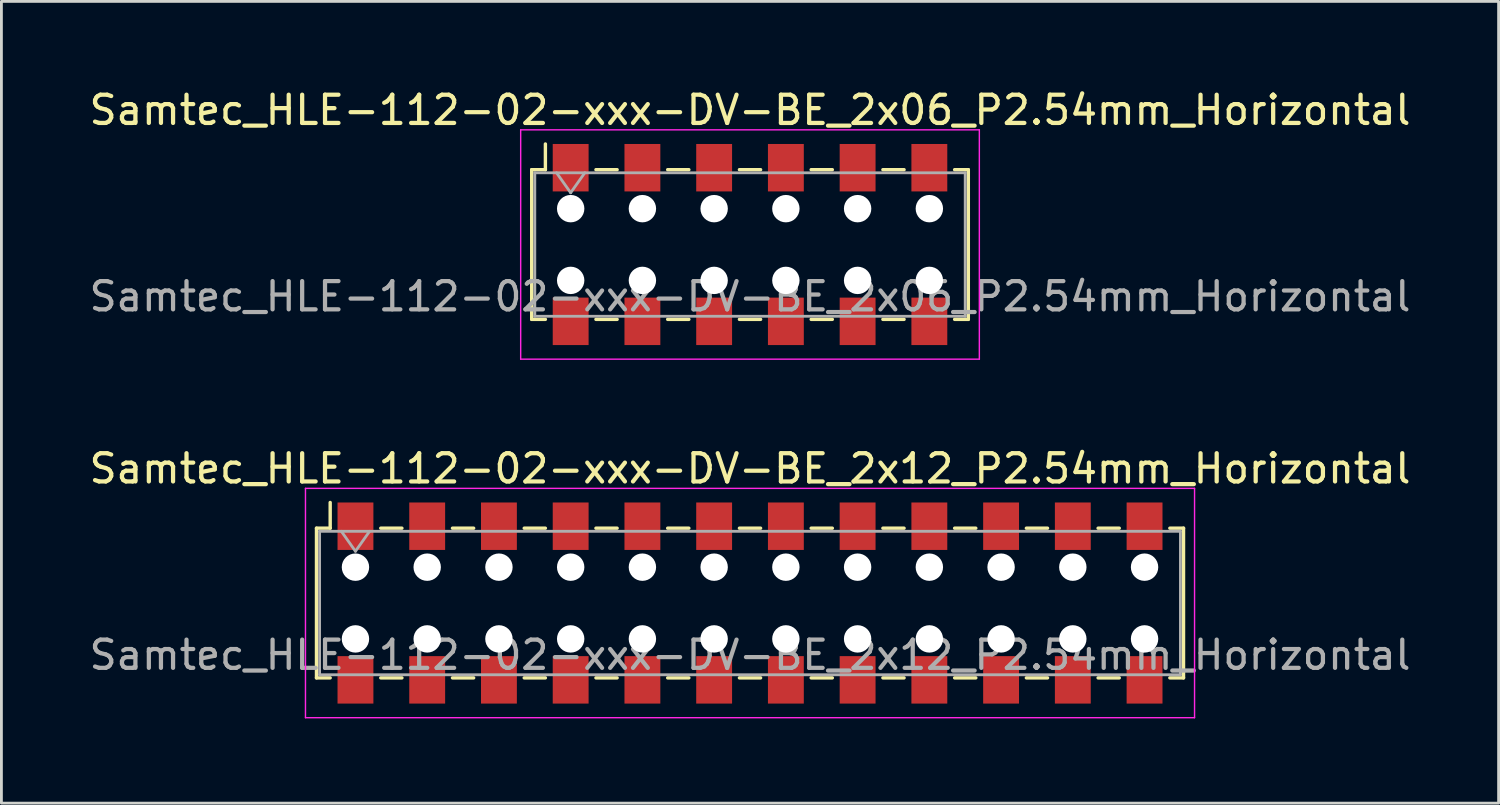
<source format=kicad_pcb>
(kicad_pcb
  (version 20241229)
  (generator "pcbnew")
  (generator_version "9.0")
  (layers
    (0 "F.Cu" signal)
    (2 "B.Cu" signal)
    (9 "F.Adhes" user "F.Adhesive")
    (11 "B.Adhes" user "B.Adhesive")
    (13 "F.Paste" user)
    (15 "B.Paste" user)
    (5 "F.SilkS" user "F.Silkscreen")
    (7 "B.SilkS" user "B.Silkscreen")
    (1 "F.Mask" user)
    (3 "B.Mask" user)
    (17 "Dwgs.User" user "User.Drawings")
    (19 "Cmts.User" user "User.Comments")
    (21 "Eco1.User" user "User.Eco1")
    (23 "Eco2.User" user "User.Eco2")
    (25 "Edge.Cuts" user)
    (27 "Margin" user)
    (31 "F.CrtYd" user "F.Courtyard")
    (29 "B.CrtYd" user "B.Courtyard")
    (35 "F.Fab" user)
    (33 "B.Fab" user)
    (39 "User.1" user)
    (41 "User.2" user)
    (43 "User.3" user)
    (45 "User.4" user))
  (footprint "Samtec_HLE-112-02-xxx-DV-BE_2x06_P2.54mm_Horizontal"
    (layer "F.Cu")
    (at 23.506 5.608)
    (property "Reference" "Samtec_HLE-112-02-xxx-DV-BE_2x06_P2.54mm_Horizontal" (at 0 -4.76 0) (layer "F.SilkS") (effects (font (size 1 1) (thickness 0.15))))
    (attr smd)
    (fp_line (start -7.73 -2.65) (end -7.73 2.65) (stroke (width 0.12) (type solid)) (layer "F.SilkS"))
    (fp_line (start -7.73 2.65) (end -7.245 2.65) (stroke (width 0.12) (type solid)) (layer "F.SilkS"))
    (fp_line (start -7.245 -3.56) (end -7.245 -2.65) (stroke (width 0.12) (type solid)) (layer "F.SilkS"))
    (fp_line (start -7.245 -2.65) (end -7.73 -2.65) (stroke (width 0.12) (type solid)) (layer "F.SilkS"))
    (fp_line (start -5.455 -2.65) (end -4.705 -2.65) (stroke (width 0.12) (type solid)) (layer "F.SilkS"))
    (fp_line (start -5.455 2.65) (end -4.705 2.65) (stroke (width 0.12) (type solid)) (layer "F.SilkS"))
    (fp_line (start -2.915 -2.65) (end -2.165 -2.65) (stroke (width 0.12) (type solid)) (layer "F.SilkS"))
    (fp_line (start -2.915 2.65) (end -2.165 2.65) (stroke (width 0.12) (type solid)) (layer "F.SilkS"))
    (fp_line (start -0.375 -2.65) (end 0.375 -2.65) (stroke (width 0.12) (type solid)) (layer "F.SilkS"))
    (fp_line (start -0.375 2.65) (end 0.375 2.65) (stroke (width 0.12) (type solid)) (layer "F.SilkS"))
    (fp_line (start 2.165 -2.65) (end 2.915 -2.65) (stroke (width 0.12) (type solid)) (layer "F.SilkS"))
    (fp_line (start 2.165 2.65) (end 2.915 2.65) (stroke (width 0.12) (type solid)) (layer "F.SilkS"))
    (fp_line (start 4.705 -2.65) (end 5.455 -2.65) (stroke (width 0.12) (type solid)) (layer "F.SilkS"))
    (fp_line (start 4.705 2.65) (end 5.455 2.65) (stroke (width 0.12) (type solid)) (layer "F.SilkS"))
    (fp_line (start 7.245 -2.65) (end 7.73 -2.65) (stroke (width 0.12) (type solid)) (layer "F.SilkS"))
    (fp_line (start 7.73 -2.65) (end 7.73 2.65) (stroke (width 0.12) (type solid)) (layer "F.SilkS"))
    (fp_line (start 7.73 2.65) (end 7.245 2.65) (stroke (width 0.12) (type solid)) (layer "F.SilkS"))
    (fp_line (start -8.12 -4.06) (end 8.12 -4.06) (stroke (width 0.05) (type solid)) (layer "F.CrtYd"))
    (fp_line (start -8.12 4.06) (end -8.12 -4.06) (stroke (width 0.05) (type solid)) (layer "F.CrtYd"))
    (fp_line (start 8.12 -4.06) (end 8.12 4.06) (stroke (width 0.05) (type solid)) (layer "F.CrtYd"))
    (fp_line (start 8.12 4.06) (end -8.12 4.06) (stroke (width 0.05) (type solid)) (layer "F.CrtYd"))
    (fp_line (start -7.62 -2.54) (end 7.62 -2.54) (stroke (width 0.1) (type solid)) (layer "F.Fab"))
    (fp_line (start -7.62 2.54) (end -7.62 -2.54) (stroke (width 0.1) (type solid)) (layer "F.Fab"))
    (fp_line (start -6.85 -2.54) (end -6.35 -1.833) (stroke (width 0.1) (type solid)) (layer "F.Fab"))
    (fp_line (start -6.35 -1.833) (end -5.85 -2.54) (stroke (width 0.1) (type solid)) (layer "F.Fab"))
    (fp_line (start 7.62 -2.54) (end 7.62 2.54) (stroke (width 0.1) (type solid)) (layer "F.Fab"))
    (fp_line (start 7.62 2.54) (end -7.62 2.54) (stroke (width 0.1) (type solid)) (layer "F.Fab"))
    (fp_text user "${REFERENCE}" (at 0 1.84 0) (layer "F.Fab") (effects (font (size 1 1) (thickness 0.15))))
    (pad "" np_thru_hole circle (at -6.35 -1.27) (size 0.97 0.97) (drill 0.97) (layers "*.Cu" "*.Mask"))
    (pad "" np_thru_hole circle (at -6.35 1.27) (size 0.97 0.97) (drill 0.97) (layers "*.Cu" "*.Mask"))
    (pad "" np_thru_hole circle (at -3.81 -1.27) (size 0.97 0.97) (drill 0.97) (layers "*.Cu" "*.Mask"))
    (pad "" np_thru_hole circle (at -3.81 1.27) (size 0.97 0.97) (drill 0.97) (layers "*.Cu" "*.Mask"))
    (pad "" np_thru_hole circle (at -1.27 -1.27) (size 0.97 0.97) (drill 0.97) (layers "*.Cu" "*.Mask"))
    (pad "" np_thru_hole circle (at -1.27 1.27) (size 0.97 0.97) (drill 0.97) (layers "*.Cu" "*.Mask"))
    (pad "" np_thru_hole circle (at 1.27 -1.27) (size 0.97 0.97) (drill 0.97) (layers "*.Cu" "*.Mask"))
    (pad "" np_thru_hole circle (at 1.27 1.27) (size 0.97 0.97) (drill 0.97) (layers "*.Cu" "*.Mask"))
    (pad "" np_thru_hole circle (at 3.81 -1.27) (size 0.97 0.97) (drill 0.97) (layers "*.Cu" "*.Mask"))
    (pad "" np_thru_hole circle (at 3.81 1.27) (size 0.97 0.97) (drill 0.97) (layers "*.Cu" "*.Mask"))
    (pad "" np_thru_hole circle (at 6.35 -1.27) (size 0.97 0.97) (drill 0.97) (layers "*.Cu" "*.Mask"))
    (pad "" np_thru_hole circle (at 6.35 1.27) (size 0.97 0.97) (drill 0.97) (layers "*.Cu" "*.Mask"))
    (pad "1" smd rect (at -6.35 -2.72) (size 1.27 1.68) (layers "F.Cu" "F.Mask" "F.Paste"))
    (pad "2" smd rect (at -6.35 2.72) (size 1.27 1.68) (layers "F.Cu" "F.Mask" "F.Paste"))
    (pad "3" smd rect (at -3.81 -2.72) (size 1.27 1.68) (layers "F.Cu" "F.Mask" "F.Paste"))
    (pad "4" smd rect (at -3.81 2.72) (size 1.27 1.68) (layers "F.Cu" "F.Mask" "F.Paste"))
    (pad "5" smd rect (at -1.27 -2.72) (size 1.27 1.68) (layers "F.Cu" "F.Mask" "F.Paste"))
    (pad "6" smd rect (at -1.27 2.72) (size 1.27 1.68) (layers "F.Cu" "F.Mask" "F.Paste"))
    (pad "7" smd rect (at 1.27 -2.72) (size 1.27 1.68) (layers "F.Cu" "F.Mask" "F.Paste"))
    (pad "8" smd rect (at 1.27 2.72) (size 1.27 1.68) (layers "F.Cu" "F.Mask" "F.Paste"))
    (pad "9" smd rect (at 3.81 -2.72) (size 1.27 1.68) (layers "F.Cu" "F.Mask" "F.Paste"))
    (pad "10" smd rect (at 3.81 2.72) (size 1.27 1.68) (layers "F.Cu" "F.Mask" "F.Paste"))
    (pad "11" smd rect (at 6.35 -2.72) (size 1.27 1.68) (layers "F.Cu" "F.Mask" "F.Paste"))
    (pad "12" smd rect (at 6.35 2.72) (size 1.27 1.68) (layers "F.Cu" "F.Mask" "F.Paste")))
  (footprint "Samtec_HLE-112-02-xxx-DV-BE_2x12_P2.54mm_Horizontal"
    (layer "F.Cu")
    (at 23.506 18.302)
    (property "Reference" "Samtec_HLE-112-02-xxx-DV-BE_2x12_P2.54mm_Horizontal" (at 0 -4.76 0) (layer "F.SilkS") (effects (font (size 1 1) (thickness 0.15))))
    (attr smd)
    (fp_line (start -15.35 -2.65) (end -15.35 2.65) (stroke (width 0.12) (type solid)) (layer "F.SilkS"))
    (fp_line (start -15.35 2.65) (end -14.865 2.65) (stroke (width 0.12) (type solid)) (layer "F.SilkS"))
    (fp_line (start -14.865 -3.56) (end -14.865 -2.65) (stroke (width 0.12) (type solid)) (layer "F.SilkS"))
    (fp_line (start -14.865 -2.65) (end -15.35 -2.65) (stroke (width 0.12) (type solid)) (layer "F.SilkS"))
    (fp_line (start -13.075 -2.65) (end -12.325 -2.65) (stroke (width 0.12) (type solid)) (layer "F.SilkS"))
    (fp_line (start -13.075 2.65) (end -12.325 2.65) (stroke (width 0.12) (type solid)) (layer "F.SilkS"))
    (fp_line (start -10.535 -2.65) (end -9.785 -2.65) (stroke (width 0.12) (type solid)) (layer "F.SilkS"))
    (fp_line (start -10.535 2.65) (end -9.785 2.65) (stroke (width 0.12) (type solid)) (layer "F.SilkS"))
    (fp_line (start -7.995 -2.65) (end -7.245 -2.65) (stroke (width 0.12) (type solid)) (layer "F.SilkS"))
    (fp_line (start -7.995 2.65) (end -7.245 2.65) (stroke (width 0.12) (type solid)) (layer "F.SilkS"))
    (fp_line (start -5.455 -2.65) (end -4.705 -2.65) (stroke (width 0.12) (type solid)) (layer "F.SilkS"))
    (fp_line (start -5.455 2.65) (end -4.705 2.65) (stroke (width 0.12) (type solid)) (layer "F.SilkS"))
    (fp_line (start -2.915 -2.65) (end -2.165 -2.65) (stroke (width 0.12) (type solid)) (layer "F.SilkS"))
    (fp_line (start -2.915 2.65) (end -2.165 2.65) (stroke (width 0.12) (type solid)) (layer "F.SilkS"))
    (fp_line (start -0.375 -2.65) (end 0.375 -2.65) (stroke (width 0.12) (type solid)) (layer "F.SilkS"))
    (fp_line (start -0.375 2.65) (end 0.375 2.65) (stroke (width 0.12) (type solid)) (layer "F.SilkS"))
    (fp_line (start 2.165 -2.65) (end 2.915 -2.65) (stroke (width 0.12) (type solid)) (layer "F.SilkS"))
    (fp_line (start 2.165 2.65) (end 2.915 2.65) (stroke (width 0.12) (type solid)) (layer "F.SilkS"))
    (fp_line (start 4.705 -2.65) (end 5.455 -2.65) (stroke (width 0.12) (type solid)) (layer "F.SilkS"))
    (fp_line (start 4.705 2.65) (end 5.455 2.65) (stroke (width 0.12) (type solid)) (layer "F.SilkS"))
    (fp_line (start 7.245 -2.65) (end 7.995 -2.65) (stroke (width 0.12) (type solid)) (layer "F.SilkS"))
    (fp_line (start 7.245 2.65) (end 7.995 2.65) (stroke (width 0.12) (type solid)) (layer "F.SilkS"))
    (fp_line (start 9.785 -2.65) (end 10.535 -2.65) (stroke (width 0.12) (type solid)) (layer "F.SilkS"))
    (fp_line (start 9.785 2.65) (end 10.535 2.65) (stroke (width 0.12) (type solid)) (layer "F.SilkS"))
    (fp_line (start 12.325 -2.65) (end 13.075 -2.65) (stroke (width 0.12) (type solid)) (layer "F.SilkS"))
    (fp_line (start 12.325 2.65) (end 13.075 2.65) (stroke (width 0.12) (type solid)) (layer "F.SilkS"))
    (fp_line (start 14.865 -2.65) (end 15.35 -2.65) (stroke (width 0.12) (type solid)) (layer "F.SilkS"))
    (fp_line (start 15.35 -2.65) (end 15.35 2.65) (stroke (width 0.12) (type solid)) (layer "F.SilkS"))
    (fp_line (start 15.35 2.65) (end 14.865 2.65) (stroke (width 0.12) (type solid)) (layer "F.SilkS"))
    (fp_line (start -15.74 -4.06) (end 15.74 -4.06) (stroke (width 0.05) (type solid)) (layer "F.CrtYd"))
    (fp_line (start -15.74 4.06) (end -15.74 -4.06) (stroke (width 0.05) (type solid)) (layer "F.CrtYd"))
    (fp_line (start 15.74 -4.06) (end 15.74 4.06) (stroke (width 0.05) (type solid)) (layer "F.CrtYd"))
    (fp_line (start 15.74 4.06) (end -15.74 4.06) (stroke (width 0.05) (type solid)) (layer "F.CrtYd"))
    (fp_line (start -15.24 -2.54) (end 15.24 -2.54) (stroke (width 0.1) (type solid)) (layer "F.Fab"))
    (fp_line (start -15.24 2.54) (end -15.24 -2.54) (stroke (width 0.1) (type solid)) (layer "F.Fab"))
    (fp_line (start -14.47 -2.54) (end -13.97 -1.833) (stroke (width 0.1) (type solid)) (layer "F.Fab"))
    (fp_line (start -13.97 -1.833) (end -13.47 -2.54) (stroke (width 0.1) (type solid)) (layer "F.Fab"))
    (fp_line (start 15.24 -2.54) (end 15.24 2.54) (stroke (width 0.1) (type solid)) (layer "F.Fab"))
    (fp_line (start 15.24 2.54) (end -15.24 2.54) (stroke (width 0.1) (type solid)) (layer "F.Fab"))
    (fp_text user "${REFERENCE}" (at 0 1.84 0) (layer "F.Fab") (effects (font (size 1 1) (thickness 0.15))))
    (pad "" np_thru_hole circle (at -13.97 -1.27) (size 0.97 0.97) (drill 0.97) (layers "*.Cu" "*.Mask"))
    (pad "" np_thru_hole circle (at -13.97 1.27) (size 0.97 0.97) (drill 0.97) (layers "*.Cu" "*.Mask"))
    (pad "" np_thru_hole circle (at -11.43 -1.27) (size 0.97 0.97) (drill 0.97) (layers "*.Cu" "*.Mask"))
    (pad "" np_thru_hole circle (at -11.43 1.27) (size 0.97 0.97) (drill 0.97) (layers "*.Cu" "*.Mask"))
    (pad "" np_thru_hole circle (at -8.89 -1.27) (size 0.97 0.97) (drill 0.97) (layers "*.Cu" "*.Mask"))
    (pad "" np_thru_hole circle (at -8.89 1.27) (size 0.97 0.97) (drill 0.97) (layers "*.Cu" "*.Mask"))
    (pad "" np_thru_hole circle (at -6.35 -1.27) (size 0.97 0.97) (drill 0.97) (layers "*.Cu" "*.Mask"))
    (pad "" np_thru_hole circle (at -6.35 1.27) (size 0.97 0.97) (drill 0.97) (layers "*.Cu" "*.Mask"))
    (pad "" np_thru_hole circle (at -3.81 -1.27) (size 0.97 0.97) (drill 0.97) (layers "*.Cu" "*.Mask"))
    (pad "" np_thru_hole circle (at -3.81 1.27) (size 0.97 0.97) (drill 0.97) (layers "*.Cu" "*.Mask"))
    (pad "" np_thru_hole circle (at -1.27 -1.27) (size 0.97 0.97) (drill 0.97) (layers "*.Cu" "*.Mask"))
    (pad "" np_thru_hole circle (at -1.27 1.27) (size 0.97 0.97) (drill 0.97) (layers "*.Cu" "*.Mask"))
    (pad "" np_thru_hole circle (at 1.27 -1.27) (size 0.97 0.97) (drill 0.97) (layers "*.Cu" "*.Mask"))
    (pad "" np_thru_hole circle (at 1.27 1.27) (size 0.97 0.97) (drill 0.97) (layers "*.Cu" "*.Mask"))
    (pad "" np_thru_hole circle (at 3.81 -1.27) (size 0.97 0.97) (drill 0.97) (layers "*.Cu" "*.Mask"))
    (pad "" np_thru_hole circle (at 3.81 1.27) (size 0.97 0.97) (drill 0.97) (layers "*.Cu" "*.Mask"))
    (pad "" np_thru_hole circle (at 6.35 -1.27) (size 0.97 0.97) (drill 0.97) (layers "*.Cu" "*.Mask"))
    (pad "" np_thru_hole circle (at 6.35 1.27) (size 0.97 0.97) (drill 0.97) (layers "*.Cu" "*.Mask"))
    (pad "" np_thru_hole circle (at 8.89 -1.27) (size 0.97 0.97) (drill 0.97) (layers "*.Cu" "*.Mask"))
    (pad "" np_thru_hole circle (at 8.89 1.27) (size 0.97 0.97) (drill 0.97) (layers "*.Cu" "*.Mask"))
    (pad "" np_thru_hole circle (at 11.43 -1.27) (size 0.97 0.97) (drill 0.97) (layers "*.Cu" "*.Mask"))
    (pad "" np_thru_hole circle (at 11.43 1.27) (size 0.97 0.97) (drill 0.97) (layers "*.Cu" "*.Mask"))
    (pad "" np_thru_hole circle (at 13.97 -1.27) (size 0.97 0.97) (drill 0.97) (layers "*.Cu" "*.Mask"))
    (pad "" np_thru_hole circle (at 13.97 1.27) (size 0.97 0.97) (drill 0.97) (layers "*.Cu" "*.Mask"))
    (pad "1" smd rect (at -13.97 -2.72) (size 1.27 1.68) (layers "F.Cu" "F.Mask" "F.Paste"))
    (pad "2" smd rect (at -13.97 2.72) (size 1.27 1.68) (layers "F.Cu" "F.Mask" "F.Paste"))
    (pad "3" smd rect (at -11.43 -2.72) (size 1.27 1.68) (layers "F.Cu" "F.Mask" "F.Paste"))
    (pad "4" smd rect (at -11.43 2.72) (size 1.27 1.68) (layers "F.Cu" "F.Mask" "F.Paste"))
    (pad "5" smd rect (at -8.89 -2.72) (size 1.27 1.68) (layers "F.Cu" "F.Mask" "F.Paste"))
    (pad "6" smd rect (at -8.89 2.72) (size 1.27 1.68) (layers "F.Cu" "F.Mask" "F.Paste"))
    (pad "7" smd rect (at -6.35 -2.72) (size 1.27 1.68) (layers "F.Cu" "F.Mask" "F.Paste"))
    (pad "8" smd rect (at -6.35 2.72) (size 1.27 1.68) (layers "F.Cu" "F.Mask" "F.Paste"))
    (pad "9" smd rect (at -3.81 -2.72) (size 1.27 1.68) (layers "F.Cu" "F.Mask" "F.Paste"))
    (pad "10" smd rect (at -3.81 2.72) (size 1.27 1.68) (layers "F.Cu" "F.Mask" "F.Paste"))
    (pad "11" smd rect (at -1.27 -2.72) (size 1.27 1.68) (layers "F.Cu" "F.Mask" "F.Paste"))
    (pad "12" smd rect (at -1.27 2.72) (size 1.27 1.68) (layers "F.Cu" "F.Mask" "F.Paste"))
    (pad "13" smd rect (at 1.27 -2.72) (size 1.27 1.68) (layers "F.Cu" "F.Mask" "F.Paste"))
    (pad "14" smd rect (at 1.27 2.72) (size 1.27 1.68) (layers "F.Cu" "F.Mask" "F.Paste"))
    (pad "15" smd rect (at 3.81 -2.72) (size 1.27 1.68) (layers "F.Cu" "F.Mask" "F.Paste"))
    (pad "16" smd rect (at 3.81 2.72) (size 1.27 1.68) (layers "F.Cu" "F.Mask" "F.Paste"))
    (pad "17" smd rect (at 6.35 -2.72) (size 1.27 1.68) (layers "F.Cu" "F.Mask" "F.Paste"))
    (pad "18" smd rect (at 6.35 2.72) (size 1.27 1.68) (layers "F.Cu" "F.Mask" "F.Paste"))
    (pad "19" smd rect (at 8.89 -2.72) (size 1.27 1.68) (layers "F.Cu" "F.Mask" "F.Paste"))
    (pad "20" smd rect (at 8.89 2.72) (size 1.27 1.68) (layers "F.Cu" "F.Mask" "F.Paste"))
    (pad "21" smd rect (at 11.43 -2.72) (size 1.27 1.68) (layers "F.Cu" "F.Mask" "F.Paste"))
    (pad "22" smd rect (at 11.43 2.72) (size 1.27 1.68) (layers "F.Cu" "F.Mask" "F.Paste"))
    (pad "23" smd rect (at 13.97 -2.72) (size 1.27 1.68) (layers "F.Cu" "F.Mask" "F.Paste"))
    (pad "24" smd rect (at 13.97 2.72) (size 1.27 1.68) (layers "F.Cu" "F.Mask" "F.Paste")))
  (gr_rect
    (start -3 -3)
    (end 50.012 25.387)
    (stroke (width 0.1) (type default))
    (fill no)
    (layer "Edge.Cuts")))
</source>
